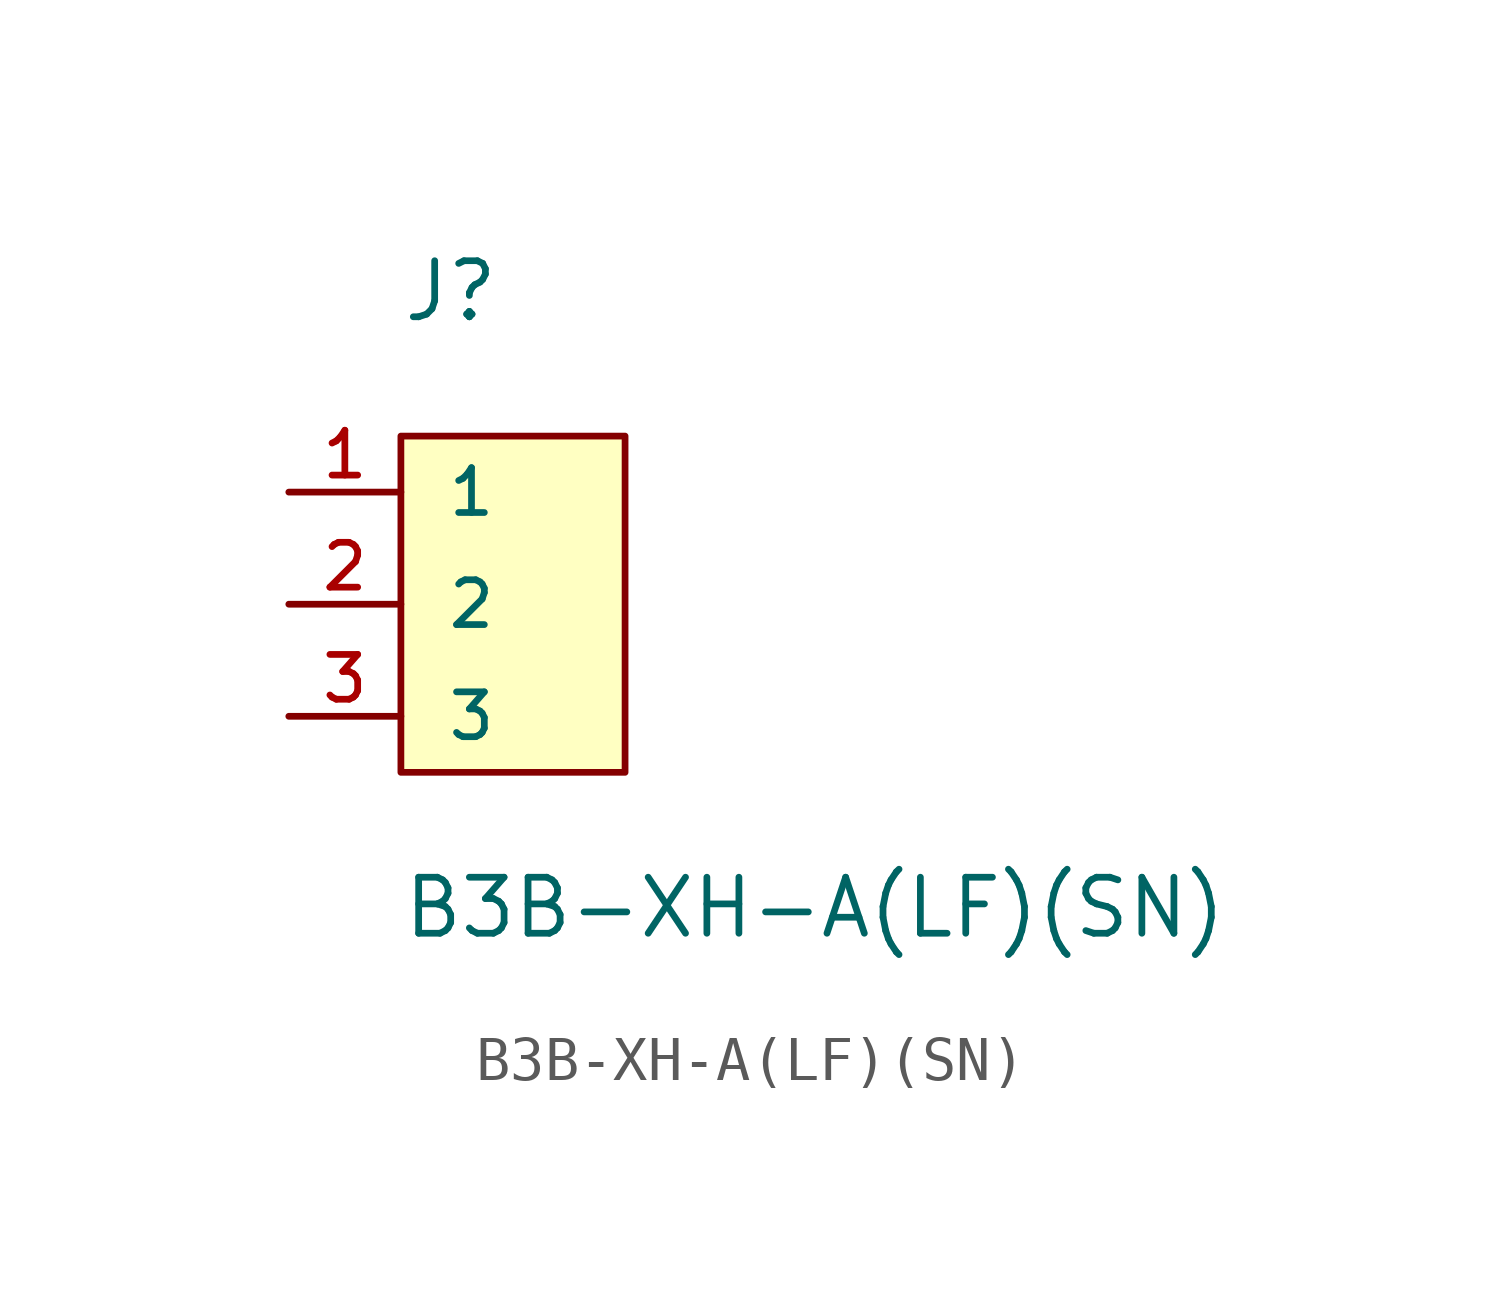
<source format=kicad_sym>
(kicad_symbol_lib
  (version 20241209)
  (generator "kicad_symbol_editor")
  (generator_version "9.0")
  (symbol "B3B-XH-A(LF)(SN)"
    (pin_names
      (offset 1.016))
    (property "Reference" "J"
      (at 0 6.35 0)
      (effects (font (size 1.27 1.27)) (justify left bottom)))
    (property "Value" "B3B-XH-A(LF)(SN)"
      (at 0 -7.62 0)
      (effects (font (size 1.27 1.27)) (justify left bottom)))
    (symbol "B3B-XH-A(LF)(SN)_1_0"
      (pin passive line (at -2.54 2.54 0) (length 2.54) (name "1" (effects (font (size 1.016 1.016)))) (number "1" (effects (font (size 1.016 1.016)))))
      (pin passive line (at -2.54 0 0) (length 2.54) (name "2" (effects (font (size 1.016 1.016)))) (number "2" (effects (font (size 1.016 1.016)))))
      (pin passive line (at -2.54 -2.54 0) (length 2.54) (name "3" (effects (font (size 1.016 1.016)))) (number "3" (effects (font (size 1.016 1.016))))))
    (symbol "B3B-XH-A(LF)(SN)_1_1"
      (rectangle (start 0 3.81) (end 5.08 -3.81) (stroke (width 0) (type default)) (fill (type background))))))
</source>
